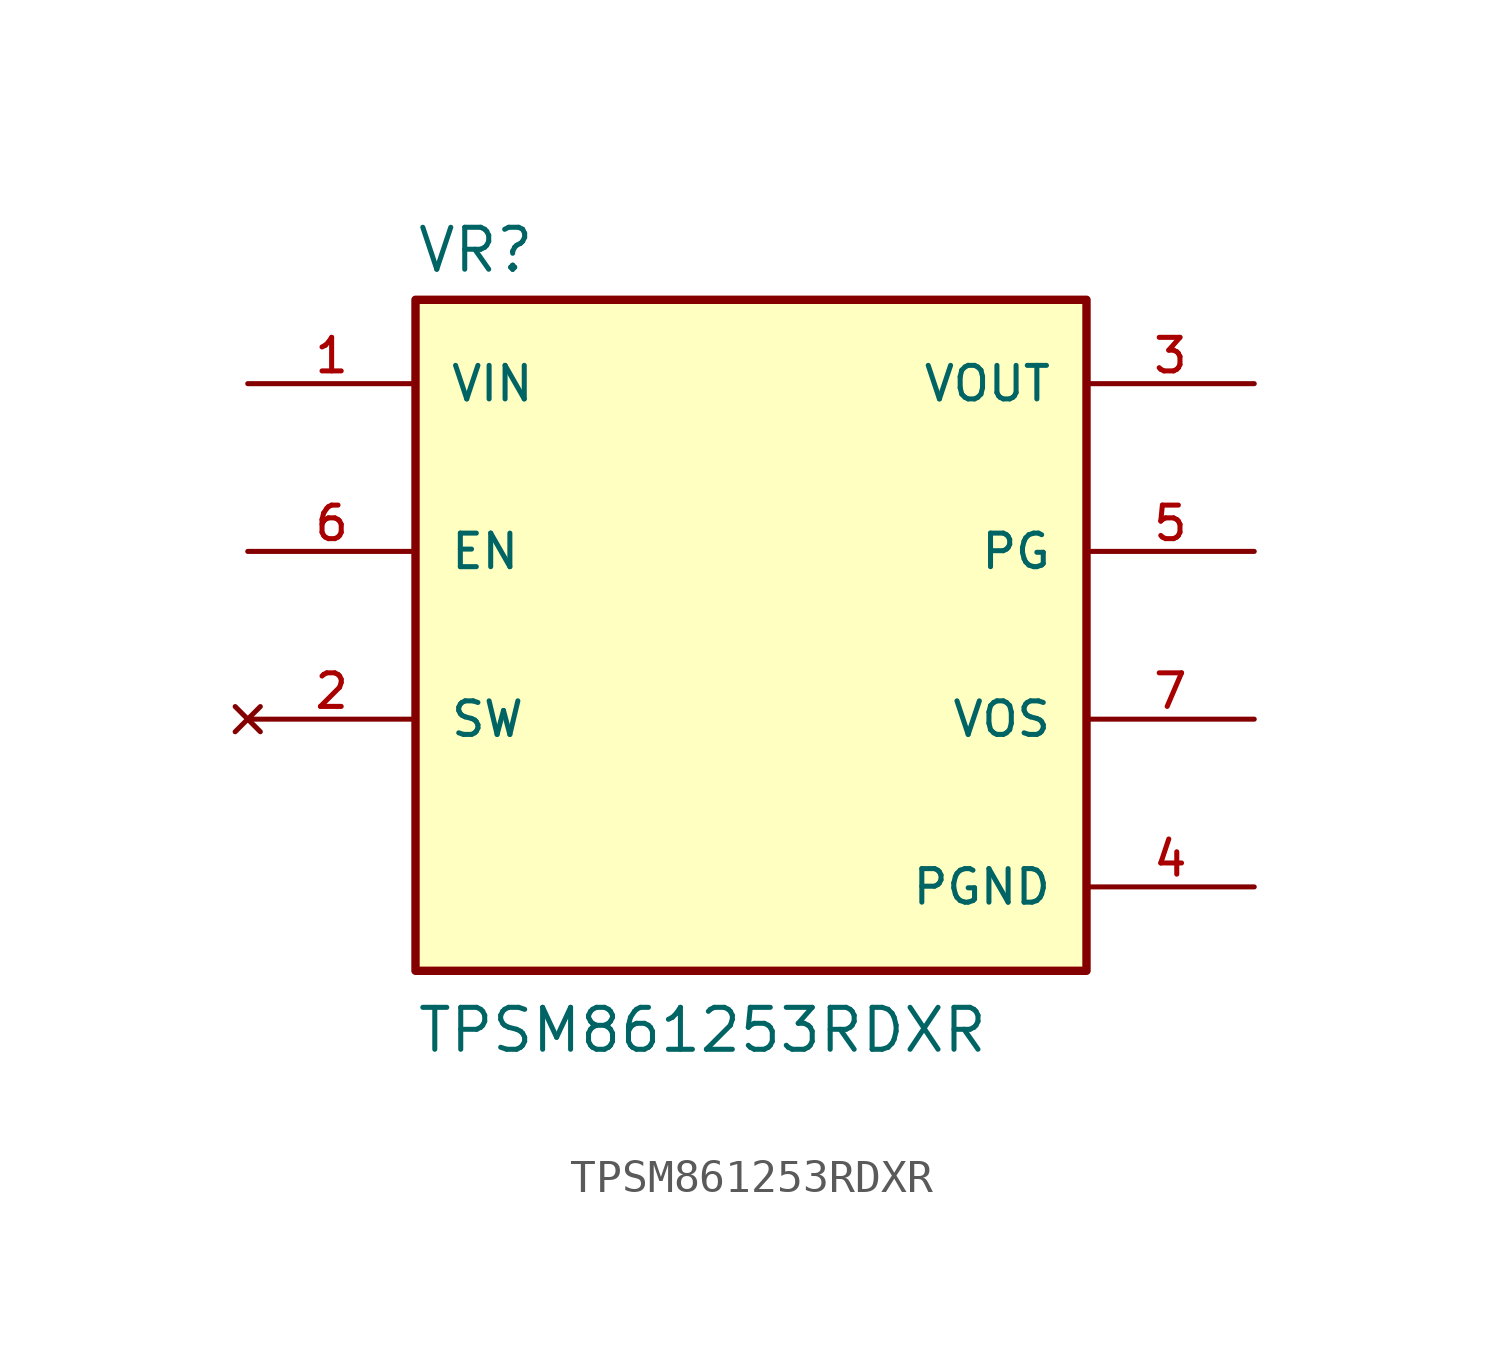
<source format=kicad_sym>
(kicad_symbol_lib
  (version 20241209)
  (generator "kicad_symbol_editor")
  (generator_version "9.0")
  (symbol "TPSM861253RDXR"
    (pin_names
      (offset 1.016))
    (property "Reference" "VR"
      (at -10.16 10.922 0)
      (effects (font (size 1.27 1.27)) (justify left bottom)))
    (property "Value" "TPSM861253RDXR"
      (at -10.16 -12.7 0)
      (effects (font (size 1.27 1.27)) (justify left bottom)))
    (symbol "TPSM861253RDXR_0_0"
      (rectangle (start -10.16 -10.16) (end 10.16 10.16) (stroke (width 0.254) (type default)) (fill (type background)))
      (pin input line (at -15.24 7.62 0) (length 5.08) (name "VIN" (effects (font (size 1.016 1.016)))) (number "1" (effects (font (size 1.016 1.016)))))
      (pin input line (at -15.24 2.54 0) (length 5.08) (name "EN" (effects (font (size 1.016 1.016)))) (number "6" (effects (font (size 1.016 1.016)))))
      (pin no_connect line (at -15.24 -2.54 0) (length 5.08) (name "SW" (effects (font (size 1.016 1.016)))) (number "2" (effects (font (size 1.016 1.016)))))
      (pin output line (at 15.24 2.54 180) (length 5.08) (name "PG" (effects (font (size 1.016 1.016)))) (number "5" (effects (font (size 1.016 1.016)))))
      (pin input line (at 15.24 -2.54 180) (length 5.08) (name "VOS" (effects (font (size 1.016 1.016)))) (number "7" (effects (font (size 1.016 1.016)))))
      (pin power_in line (at 15.24 -7.62 180) (length 5.08) (name "PGND" (effects (font (size 1.016 1.016)))) (number "4" (effects (font (size 1.016 1.016))))))
    (symbol "TPSM861253RDXR_1_0"
      (pin power_out line (at 15.24 7.62 180) (length 5.08) (name "VOUT" (effects (font (size 1.016 1.016)))) (number "3" (effects (font (size 1.016 1.016))))))))
</source>
